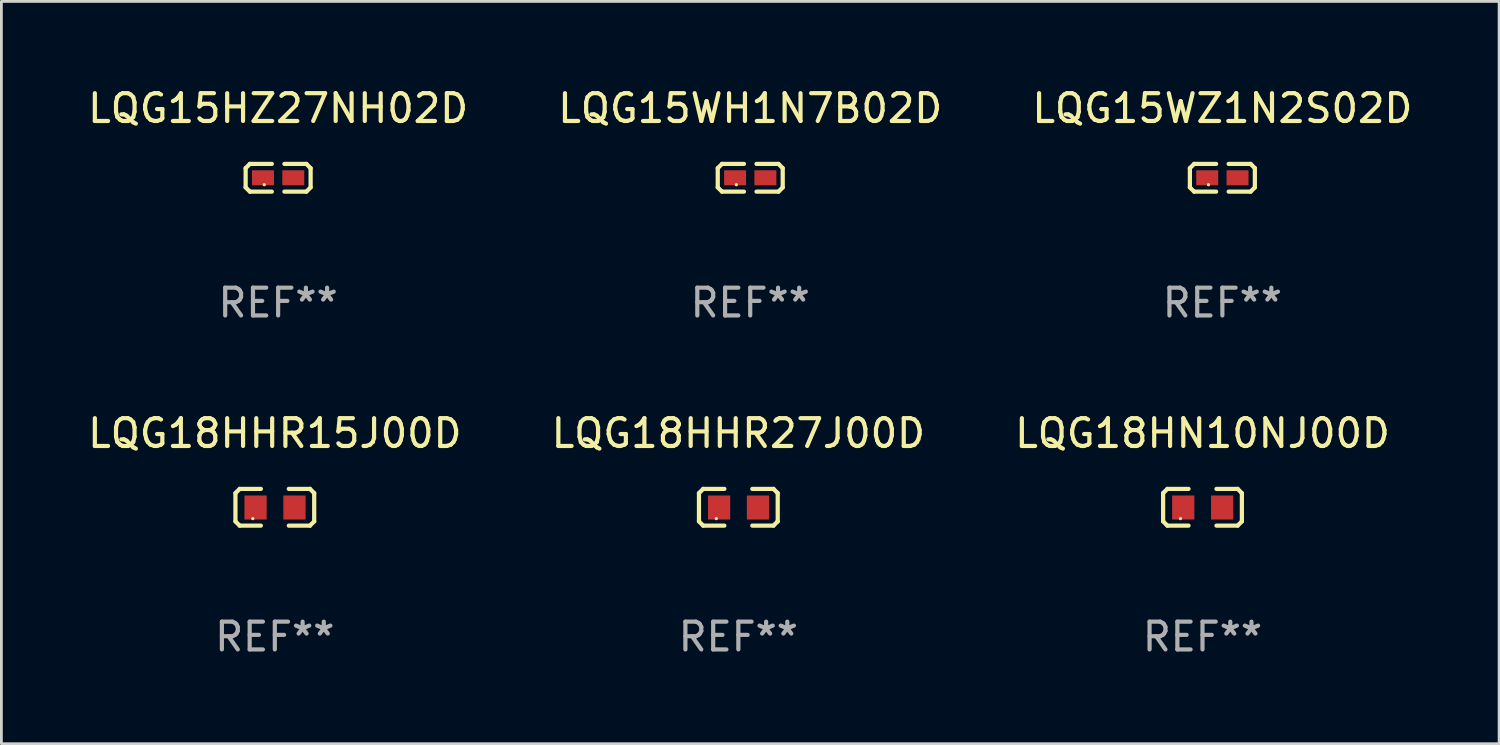
<source format=kicad_pcb>
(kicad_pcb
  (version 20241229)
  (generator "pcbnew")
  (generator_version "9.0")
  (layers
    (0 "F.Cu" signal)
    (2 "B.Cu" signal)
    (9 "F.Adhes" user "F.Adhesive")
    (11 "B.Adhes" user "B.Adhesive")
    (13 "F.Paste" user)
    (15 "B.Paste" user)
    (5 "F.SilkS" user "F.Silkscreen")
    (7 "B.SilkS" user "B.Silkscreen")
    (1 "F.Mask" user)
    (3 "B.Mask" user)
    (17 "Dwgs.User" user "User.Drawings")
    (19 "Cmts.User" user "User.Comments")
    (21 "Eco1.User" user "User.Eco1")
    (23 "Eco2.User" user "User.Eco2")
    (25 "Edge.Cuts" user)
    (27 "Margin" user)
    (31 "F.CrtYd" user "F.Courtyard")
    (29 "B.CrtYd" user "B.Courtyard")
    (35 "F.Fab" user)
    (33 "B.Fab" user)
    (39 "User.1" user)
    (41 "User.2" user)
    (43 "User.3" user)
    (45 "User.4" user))
  (footprint "LQG15WH1N7B02D"
    (layer "F.Cu")
    (at 23.946 3.347)
    (property "Reference" "LQG15WH1N7B02D" (at 0 -2.499 0) (layer "F.SilkS") (effects (font (size 1 1) (thickness 0.15))))
    (attr through_hole)
    (fp_line (start -1.169 -0.346) (end -1.016 -0.499) (stroke (width 0.152) (type solid)) (layer "F.SilkS"))
    (fp_line (start -1.169 0.346) (end -1.169 -0.346) (stroke (width 0.152) (type solid)) (layer "F.SilkS"))
    (fp_line (start -1.016 -0.499) (end -0.226 -0.499) (stroke (width 0.152) (type solid)) (layer "F.SilkS"))
    (fp_line (start -1.016 0.499) (end -1.169 0.346) (stroke (width 0.152) (type solid)) (layer "F.SilkS"))
    (fp_line (start -0.226 0.499) (end -1.016 0.499) (stroke (width 0.152) (type solid)) (layer "F.SilkS"))
    (fp_line (start 0.226 0.499) (end 1.016 0.499) (stroke (width 0.152) (type solid)) (layer "F.SilkS"))
    (fp_line (start 1.016 -0.499) (end 0.226 -0.499) (stroke (width 0.152) (type solid)) (layer "F.SilkS"))
    (fp_line (start 1.016 0.499) (end 1.169 0.346) (stroke (width 0.152) (type solid)) (layer "F.SilkS"))
    (fp_line (start 1.169 -0.346) (end 1.016 -0.499) (stroke (width 0.152) (type solid)) (layer "F.SilkS"))
    (fp_line (start 1.169 0.346) (end 1.169 -0.346) (stroke (width 0.152) (type solid)) (layer "F.SilkS"))
    (fp_circle (center -0.5 0.25) (end -0.47 0.25) (stroke (width 0.06) (type solid)) (fill no) (layer "F.SilkS"))
    (fp_text user "REF**" (at 0 4.499 0) (layer "F.Fab") (effects (font (size 1 1) (thickness 0.15))))
    (pad "1" smd rect (at -0.545 0) (size 0.79 0.54) (layers "F.Cu" "F.Mask" "F.Paste"))
    (pad "2" smd rect (at 0.545 0) (size 0.79 0.54) (layers "F.Cu" "F.Mask" "F.Paste")))
  (footprint "LQG15HZ27NH02D"
    (layer "F.Cu")
    (at 6.958 3.347)
    (property "Reference" "LQG15HZ27NH02D" (at 0 -2.499 0) (layer "F.SilkS") (effects (font (size 1 1) (thickness 0.15))))
    (attr through_hole)
    (fp_line (start -1.169 -0.346) (end -1.016 -0.499) (stroke (width 0.152) (type solid)) (layer "F.SilkS"))
    (fp_line (start -1.169 0.346) (end -1.169 -0.346) (stroke (width 0.152) (type solid)) (layer "F.SilkS"))
    (fp_line (start -1.016 -0.499) (end -0.226 -0.499) (stroke (width 0.152) (type solid)) (layer "F.SilkS"))
    (fp_line (start -1.016 0.499) (end -1.169 0.346) (stroke (width 0.152) (type solid)) (layer "F.SilkS"))
    (fp_line (start -0.226 0.499) (end -1.016 0.499) (stroke (width 0.152) (type solid)) (layer "F.SilkS"))
    (fp_line (start 0.226 0.499) (end 1.016 0.499) (stroke (width 0.152) (type solid)) (layer "F.SilkS"))
    (fp_line (start 1.016 -0.499) (end 0.226 -0.499) (stroke (width 0.152) (type solid)) (layer "F.SilkS"))
    (fp_line (start 1.016 0.499) (end 1.169 0.346) (stroke (width 0.152) (type solid)) (layer "F.SilkS"))
    (fp_line (start 1.169 -0.346) (end 1.016 -0.499) (stroke (width 0.152) (type solid)) (layer "F.SilkS"))
    (fp_line (start 1.169 0.346) (end 1.169 -0.346) (stroke (width 0.152) (type solid)) (layer "F.SilkS"))
    (fp_circle (center -0.5 0.25) (end -0.47 0.25) (stroke (width 0.06) (type solid)) (fill no) (layer "F.SilkS"))
    (fp_text user "REF**" (at 0 4.499 0) (layer "F.Fab") (effects (font (size 1 1) (thickness 0.15))))
    (pad "1" smd rect (at -0.545 0) (size 0.79 0.54) (layers "F.Cu" "F.Mask" "F.Paste"))
    (pad "2" smd rect (at 0.545 0) (size 0.79 0.54) (layers "F.Cu" "F.Mask" "F.Paste")))
  (footprint "LQG18HN10NJ00D"
    (layer "F.Cu")
    (at 40.22 15.203)
    (property "Reference" "LQG18HN10NJ00D" (at 0 -2.661 0) (layer "F.SilkS") (effects (font (size 1 1) (thickness 0.15))))
    (attr through_hole)
    (fp_line (start -1.417 -0.508) (end -1.265 -0.661) (stroke (width 0.152) (type solid)) (layer "F.SilkS"))
    (fp_line (start -1.417 0.508) (end -1.417 -0.508) (stroke (width 0.152) (type solid)) (layer "F.SilkS"))
    (fp_line (start -1.265 -0.661) (end -0.503 -0.661) (stroke (width 0.152) (type solid)) (layer "F.SilkS"))
    (fp_line (start -1.265 0.661) (end -1.417 0.508) (stroke (width 0.152) (type solid)) (layer "F.SilkS"))
    (fp_line (start -1.265 0.661) (end -0.503 0.661) (stroke (width 0.152) (type solid)) (layer "F.SilkS"))
    (fp_line (start 1.265 -0.661) (end 0.503 -0.661) (stroke (width 0.152) (type solid)) (layer "F.SilkS"))
    (fp_line (start 1.265 -0.661) (end 1.417 -0.508) (stroke (width 0.152) (type solid)) (layer "F.SilkS"))
    (fp_line (start 1.265 0.661) (end 0.503 0.661) (stroke (width 0.152) (type solid)) (layer "F.SilkS"))
    (fp_line (start 1.417 -0.508) (end 1.417 0.508) (stroke (width 0.152) (type solid)) (layer "F.SilkS"))
    (fp_line (start 1.417 0.508) (end 1.265 0.661) (stroke (width 0.152) (type solid)) (layer "F.SilkS"))
    (fp_circle (center -0.793 0.409) (end -0.763 0.409) (stroke (width 0.06) (type solid)) (fill no) (layer "F.SilkS"))
    (fp_text user "REF**" (at 0 4.661 0) (layer "F.Fab") (effects (font (size 1 1) (thickness 0.15))))
    (pad "1" smd rect (at -0.693 0.009 180) (size 0.8 0.864) (layers "F.Cu" "F.Mask" "F.Paste"))
    (pad "2" smd rect (at 0.707 0.009 180) (size 0.8 0.864) (layers "F.Cu" "F.Mask" "F.Paste")))
  (footprint "LQG18HHR15J00D"
    (layer "F.Cu")
    (at 6.839 15.203)
    (property "Reference" "LQG18HHR15J00D" (at 0 -2.661 0) (layer "F.SilkS") (effects (font (size 1 1) (thickness 0.15))))
    (attr through_hole)
    (fp_line (start -1.417 -0.508) (end -1.265 -0.661) (stroke (width 0.152) (type solid)) (layer "F.SilkS"))
    (fp_line (start -1.417 0.508) (end -1.417 -0.508) (stroke (width 0.152) (type solid)) (layer "F.SilkS"))
    (fp_line (start -1.265 -0.661) (end -0.503 -0.661) (stroke (width 0.152) (type solid)) (layer "F.SilkS"))
    (fp_line (start -1.265 0.661) (end -1.417 0.508) (stroke (width 0.152) (type solid)) (layer "F.SilkS"))
    (fp_line (start -1.265 0.661) (end -0.503 0.661) (stroke (width 0.152) (type solid)) (layer "F.SilkS"))
    (fp_line (start 1.265 -0.661) (end 0.503 -0.661) (stroke (width 0.152) (type solid)) (layer "F.SilkS"))
    (fp_line (start 1.265 -0.661) (end 1.417 -0.508) (stroke (width 0.152) (type solid)) (layer "F.SilkS"))
    (fp_line (start 1.265 0.661) (end 0.503 0.661) (stroke (width 0.152) (type solid)) (layer "F.SilkS"))
    (fp_line (start 1.417 -0.508) (end 1.417 0.508) (stroke (width 0.152) (type solid)) (layer "F.SilkS"))
    (fp_line (start 1.417 0.508) (end 1.265 0.661) (stroke (width 0.152) (type solid)) (layer "F.SilkS"))
    (fp_circle (center -0.793 0.409) (end -0.763 0.409) (stroke (width 0.06) (type solid)) (fill no) (layer "F.SilkS"))
    (fp_text user "REF**" (at 0 4.661 0) (layer "F.Fab") (effects (font (size 1 1) (thickness 0.15))))
    (pad "1" smd rect (at -0.693 0.009 180) (size 0.8 0.864) (layers "F.Cu" "F.Mask" "F.Paste"))
    (pad "2" smd rect (at 0.707 0.009 180) (size 0.8 0.864) (layers "F.Cu" "F.Mask" "F.Paste")))
  (footprint "LQG18HHR27J00D"
    (layer "F.Cu")
    (at 23.518 15.203)
    (property "Reference" "LQG18HHR27J00D" (at 0 -2.661 0) (layer "F.SilkS") (effects (font (size 1 1) (thickness 0.15))))
    (attr through_hole)
    (fp_line (start -1.417 -0.508) (end -1.265 -0.661) (stroke (width 0.152) (type solid)) (layer "F.SilkS"))
    (fp_line (start -1.417 0.508) (end -1.417 -0.508) (stroke (width 0.152) (type solid)) (layer "F.SilkS"))
    (fp_line (start -1.265 -0.661) (end -0.503 -0.661) (stroke (width 0.152) (type solid)) (layer "F.SilkS"))
    (fp_line (start -1.265 0.661) (end -1.417 0.508) (stroke (width 0.152) (type solid)) (layer "F.SilkS"))
    (fp_line (start -1.265 0.661) (end -0.503 0.661) (stroke (width 0.152) (type solid)) (layer "F.SilkS"))
    (fp_line (start 1.265 -0.661) (end 0.503 -0.661) (stroke (width 0.152) (type solid)) (layer "F.SilkS"))
    (fp_line (start 1.265 -0.661) (end 1.417 -0.508) (stroke (width 0.152) (type solid)) (layer "F.SilkS"))
    (fp_line (start 1.265 0.661) (end 0.503 0.661) (stroke (width 0.152) (type solid)) (layer "F.SilkS"))
    (fp_line (start 1.417 -0.508) (end 1.417 0.508) (stroke (width 0.152) (type solid)) (layer "F.SilkS"))
    (fp_line (start 1.417 0.508) (end 1.265 0.661) (stroke (width 0.152) (type solid)) (layer "F.SilkS"))
    (fp_circle (center -0.793 0.409) (end -0.763 0.409) (stroke (width 0.06) (type solid)) (fill no) (layer "F.SilkS"))
    (fp_text user "REF**" (at 0 4.661 0) (layer "F.Fab") (effects (font (size 1 1) (thickness 0.15))))
    (pad "1" smd rect (at -0.693 0.009 180) (size 0.8 0.864) (layers "F.Cu" "F.Mask" "F.Paste"))
    (pad "2" smd rect (at 0.707 0.009 180) (size 0.8 0.864) (layers "F.Cu" "F.Mask" "F.Paste")))
  (footprint "LQG15WZ1N2S02D"
    (layer "F.Cu")
    (at 40.935 3.347)
    (property "Reference" "LQG15WZ1N2S02D" (at 0 -2.499 0) (layer "F.SilkS") (effects (font (size 1 1) (thickness 0.15))))
    (attr through_hole)
    (fp_line (start -1.169 -0.346) (end -1.016 -0.499) (stroke (width 0.152) (type solid)) (layer "F.SilkS"))
    (fp_line (start -1.169 0.346) (end -1.169 -0.346) (stroke (width 0.152) (type solid)) (layer "F.SilkS"))
    (fp_line (start -1.016 -0.499) (end -0.226 -0.499) (stroke (width 0.152) (type solid)) (layer "F.SilkS"))
    (fp_line (start -1.016 0.499) (end -1.169 0.346) (stroke (width 0.152) (type solid)) (layer "F.SilkS"))
    (fp_line (start -0.226 0.499) (end -1.016 0.499) (stroke (width 0.152) (type solid)) (layer "F.SilkS"))
    (fp_line (start 0.226 0.499) (end 1.016 0.499) (stroke (width 0.152) (type solid)) (layer "F.SilkS"))
    (fp_line (start 1.016 -0.499) (end 0.226 -0.499) (stroke (width 0.152) (type solid)) (layer "F.SilkS"))
    (fp_line (start 1.016 0.499) (end 1.169 0.346) (stroke (width 0.152) (type solid)) (layer "F.SilkS"))
    (fp_line (start 1.169 -0.346) (end 1.016 -0.499) (stroke (width 0.152) (type solid)) (layer "F.SilkS"))
    (fp_line (start 1.169 0.346) (end 1.169 -0.346) (stroke (width 0.152) (type solid)) (layer "F.SilkS"))
    (fp_circle (center -0.5 0.25) (end -0.47 0.25) (stroke (width 0.06) (type solid)) (fill no) (layer "F.SilkS"))
    (fp_text user "REF**" (at 0 4.499 0) (layer "F.Fab") (effects (font (size 1 1) (thickness 0.15))))
    (pad "1" smd rect (at -0.545 0) (size 0.79 0.54) (layers "F.Cu" "F.Mask" "F.Paste"))
    (pad "2" smd rect (at 0.545 0) (size 0.79 0.54) (layers "F.Cu" "F.Mask" "F.Paste")))
  (gr_rect
    (start -3 -3)
    (end 50.893 23.711)
    (stroke (width 0.1) (type default))
    (fill no)
    (layer "Edge.Cuts")))
</source>
